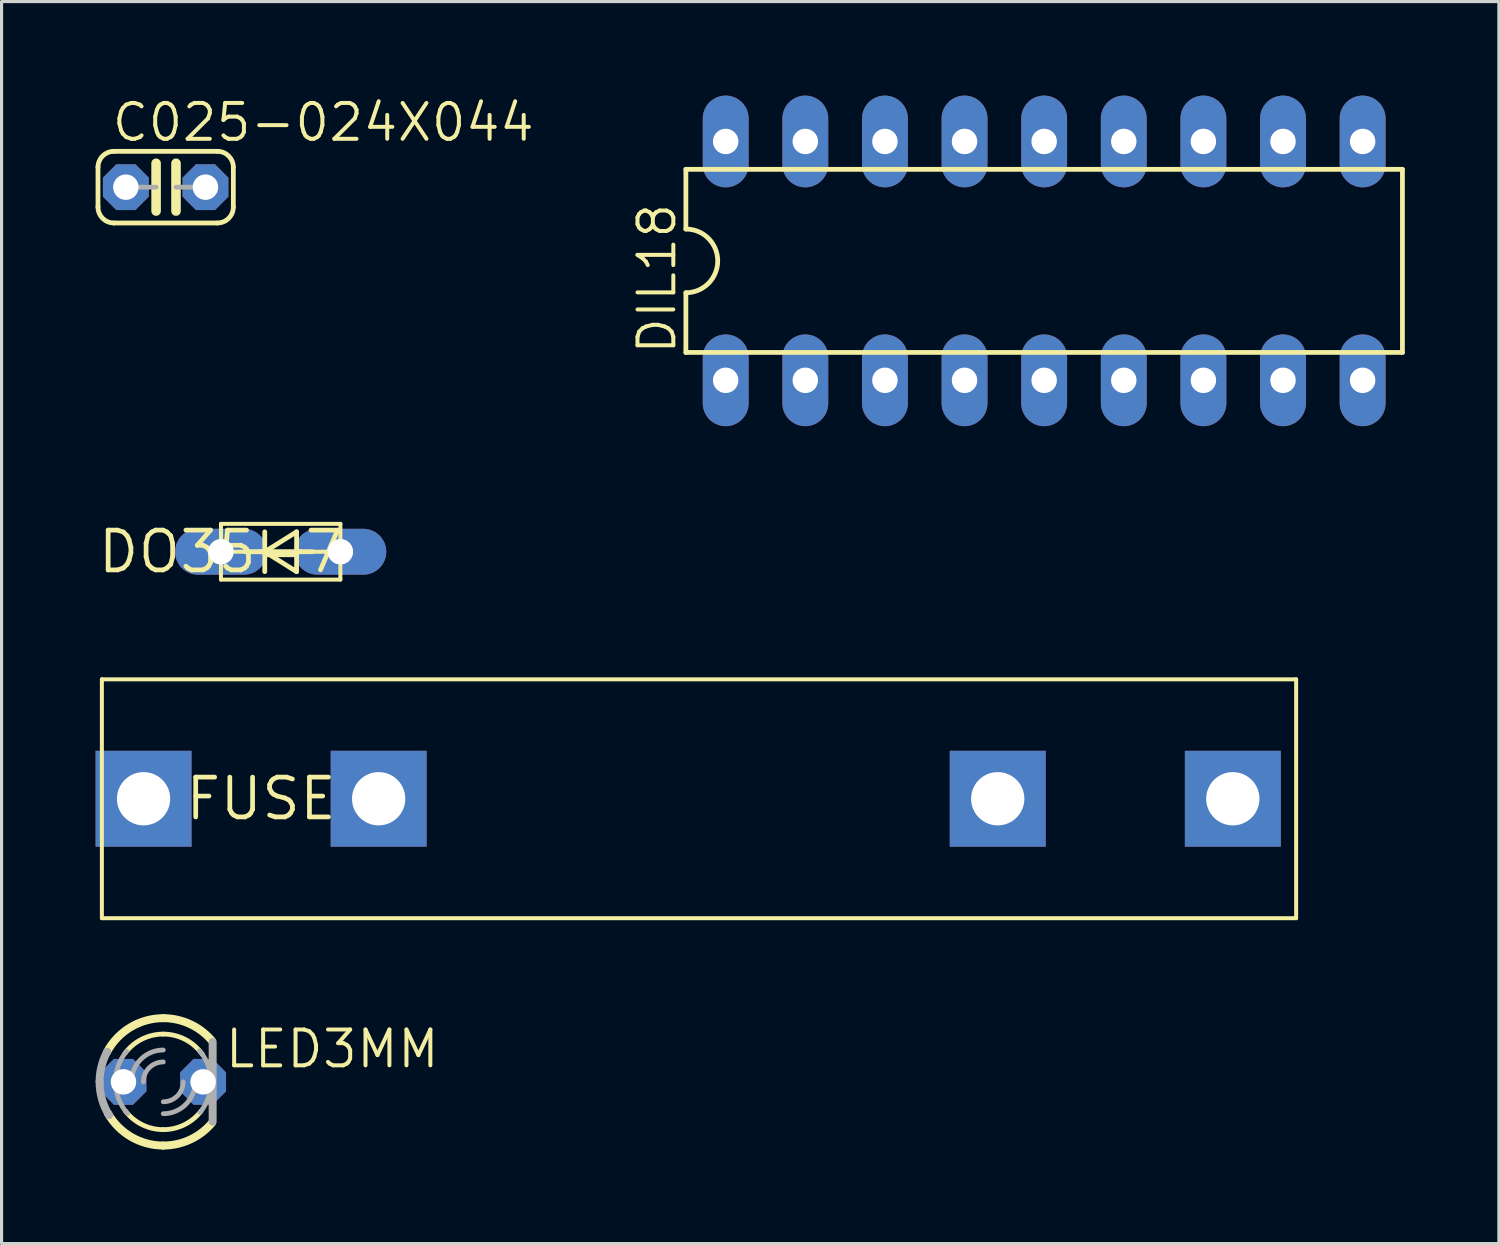
<source format=kicad_pcb>
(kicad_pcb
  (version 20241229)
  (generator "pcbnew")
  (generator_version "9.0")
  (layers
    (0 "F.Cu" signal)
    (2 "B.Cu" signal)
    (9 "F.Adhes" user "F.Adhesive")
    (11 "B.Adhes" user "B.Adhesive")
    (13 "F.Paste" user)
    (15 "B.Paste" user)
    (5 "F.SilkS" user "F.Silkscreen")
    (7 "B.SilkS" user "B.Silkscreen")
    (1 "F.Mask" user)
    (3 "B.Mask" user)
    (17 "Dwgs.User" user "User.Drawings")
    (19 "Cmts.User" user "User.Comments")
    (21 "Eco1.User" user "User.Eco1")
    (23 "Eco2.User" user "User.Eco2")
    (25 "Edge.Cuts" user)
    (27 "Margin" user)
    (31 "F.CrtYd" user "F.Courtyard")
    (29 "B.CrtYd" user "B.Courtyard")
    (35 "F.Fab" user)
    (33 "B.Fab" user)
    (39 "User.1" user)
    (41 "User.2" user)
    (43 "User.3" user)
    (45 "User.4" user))
  (footprint "FUSE"
    (layer "F.Cu")
    (at 5.28 22.432)
    (property "Reference" "FUSE" (at 0 0 0) (layer "F.SilkS") (effects (font (size 1.27 1.27) (thickness 0.15))))
    (fp_line (start -5.08 -3.81) (end -5.08 3.81) (stroke (width 0.127) (type solid)) (layer "F.SilkS"))
    (fp_line (start -5.08 3.81) (end 33.02 3.81) (stroke (width 0.127) (type solid)) (layer "F.SilkS"))
    (fp_line (start 33.02 -3.81) (end -5.08 -3.81) (stroke (width 0.127) (type solid)) (layer "F.SilkS"))
    (fp_line (start 33.02 3.81) (end 33.02 -3.81) (stroke (width 0.127) (type solid)) (layer "F.SilkS"))
    (pad "P$1" thru_hole rect (at -3.75 0) (size 3.06 3.06) (drill 1.7) (layers "*.Cu" "*.Mask"))
    (pad "P$2" thru_hole rect (at 3.75 0) (size 3.06 3.06) (drill 1.7) (layers "*.Cu" "*.Mask"))
    (pad "P$3" thru_hole rect (at 23.5 0) (size 3.06 3.06) (drill 1.7) (layers "*.Cu" "*.Mask"))
    (pad "P$4" thru_hole rect (at 31 0) (size 3.06 3.06) (drill 1.7) (layers "*.Cu" "*.Mask")))
  (footprint "DO35-7"
    (layer "F.Cu")
    (at 3.999 14.552)
    (property "Reference" "DO35-7" (at 0 0 0) (layer "F.SilkS") (effects (font (size 1.27 1.27) (thickness 0.15))))
    (fp_line (start 0 -0.889) (end 0 0) (stroke (width 0.127) (type solid)) (layer "F.SilkS"))
    (fp_line (start 0 0) (end 0 0.889) (stroke (width 0.127) (type solid)) (layer "F.SilkS"))
    (fp_line (start 0 0) (end 1.27 0) (stroke (width 0.127) (type solid)) (layer "F.SilkS"))
    (fp_line (start 0 0.889) (end 3.81 0.889) (stroke (width 0.127) (type solid)) (layer "F.SilkS"))
    (fp_line (start 0.762 0) (end 1.27 0) (stroke (width 0.152) (type solid)) (layer "F.SilkS"))
    (fp_line (start 1.27 0) (end 1.397 0) (stroke (width 0.152) (type solid)) (layer "F.SilkS"))
    (fp_line (start 1.27 0) (end 2.54 0) (stroke (width 0.127) (type solid)) (layer "F.SilkS"))
    (fp_line (start 1.397 -0.635) (end 1.397 0) (stroke (width 0.152) (type solid)) (layer "F.SilkS"))
    (fp_line (start 1.397 0) (end 1.397 0.635) (stroke (width 0.152) (type solid)) (layer "F.SilkS"))
    (fp_line (start 1.397 0) (end 2.413 -0.635) (stroke (width 0.152) (type solid)) (layer "F.SilkS"))
    (fp_line (start 1.397 0) (end 2.54 0) (stroke (width 0.152) (type solid)) (layer "F.SilkS"))
    (fp_line (start 2.413 -0.635) (end 2.413 0.635) (stroke (width 0.152) (type solid)) (layer "F.SilkS"))
    (fp_line (start 2.413 0.635) (end 1.397 0) (stroke (width 0.152) (type solid)) (layer "F.SilkS"))
    (fp_line (start 2.54 0) (end 2.921 0) (stroke (width 0.152) (type solid)) (layer "F.SilkS"))
    (fp_line (start 2.54 0) (end 3.81 0) (stroke (width 0.127) (type solid)) (layer "F.SilkS"))
    (fp_line (start 3.81 -0.889) (end 0 -0.889) (stroke (width 0.127) (type solid)) (layer "F.SilkS"))
    (fp_line (start 3.81 0) (end 3.81 -0.889) (stroke (width 0.127) (type solid)) (layer "F.SilkS"))
    (fp_line (start 3.81 0.889) (end 3.81 0) (stroke (width 0.127) (type solid)) (layer "F.SilkS"))
    (pad "A" thru_hole oval (at 3.81 0) (size 2.926 1.463) (drill 0.813) (layers "*.Cu" "*.Mask"))
    (pad "C" thru_hole oval (at 0 0) (size 2.926 1.463) (drill 0.813) (layers "*.Cu" "*.Mask")))
  (footprint "DIL18"
    (layer "F.Cu")
    (at 30.261 5.273)
    (property "Reference" "DIL18" (at -11.684 3.048 90) (layer "F.SilkS") (effects (font (size 1.143 1.143) (thickness 0.127)) (justify left bottom)))
    (fp_line (start -11.43 -2.921) (end -11.43 -1.016) (stroke (width 0.152) (type solid)) (layer "F.SilkS"))
    (fp_line (start -11.43 2.921) (end -11.43 1.016) (stroke (width 0.152) (type solid)) (layer "F.SilkS"))
    (fp_line (start -11.43 2.921) (end 11.43 2.921) (stroke (width 0.152) (type solid)) (layer "F.SilkS"))
    (fp_line (start 11.43 -2.921) (end -11.43 -2.921) (stroke (width 0.152) (type solid)) (layer "F.SilkS"))
    (fp_line (start 11.43 -2.921) (end 11.43 2.921) (stroke (width 0.152) (type solid)) (layer "F.SilkS"))
    (fp_arc (start -11.43 -1.016) (mid -10.414 0) (end -11.43 1.016) (stroke (width 0.1524) (type solid)) (layer "F.SilkS"))
    (pad "1" thru_hole oval (at -10.16 3.81 90) (size 2.926 1.463) (drill 0.813) (layers "*.Cu" "*.Mask"))
    (pad "2" thru_hole oval (at -7.62 3.81 90) (size 2.926 1.463) (drill 0.813) (layers "*.Cu" "*.Mask"))
    (pad "3" thru_hole oval (at -5.08 3.81 90) (size 2.926 1.463) (drill 0.813) (layers "*.Cu" "*.Mask"))
    (pad "4" thru_hole oval (at -2.54 3.81 90) (size 2.926 1.463) (drill 0.813) (layers "*.Cu" "*.Mask"))
    (pad "5" thru_hole oval (at 0 3.81 90) (size 2.926 1.463) (drill 0.813) (layers "*.Cu" "*.Mask"))
    (pad "6" thru_hole oval (at 2.54 3.81 90) (size 2.926 1.463) (drill 0.813) (layers "*.Cu" "*.Mask"))
    (pad "7" thru_hole oval (at 5.08 3.81 90) (size 2.926 1.463) (drill 0.813) (layers "*.Cu" "*.Mask"))
    (pad "8" thru_hole oval (at 7.62 3.81 90) (size 2.926 1.463) (drill 0.813) (layers "*.Cu" "*.Mask"))
    (pad "9" thru_hole oval (at 10.16 3.81 90) (size 2.926 1.463) (drill 0.813) (layers "*.Cu" "*.Mask"))
    (pad "10" thru_hole oval (at 10.16 -3.81 90) (size 2.926 1.463) (drill 0.813) (layers "*.Cu" "*.Mask"))
    (pad "11" thru_hole oval (at 7.62 -3.81 90) (size 2.926 1.463) (drill 0.813) (layers "*.Cu" "*.Mask"))
    (pad "12" thru_hole oval (at 5.08 -3.81 90) (size 2.926 1.463) (drill 0.813) (layers "*.Cu" "*.Mask"))
    (pad "13" thru_hole oval (at 2.54 -3.81 90) (size 2.926 1.463) (drill 0.813) (layers "*.Cu" "*.Mask"))
    (pad "14" thru_hole oval (at 0 -3.81 90) (size 2.926 1.463) (drill 0.813) (layers "*.Cu" "*.Mask"))
    (pad "15" thru_hole oval (at -2.54 -3.81 90) (size 2.926 1.463) (drill 0.813) (layers "*.Cu" "*.Mask"))
    (pad "16" thru_hole oval (at -5.08 -3.81 90) (size 2.926 1.463) (drill 0.813) (layers "*.Cu" "*.Mask"))
    (pad "17" thru_hole oval (at -7.62 -3.81 90) (size 2.926 1.463) (drill 0.813) (layers "*.Cu" "*.Mask"))
    (pad "18" thru_hole oval (at -10.16 -3.81 90) (size 2.926 1.463) (drill 0.813) (layers "*.Cu" "*.Mask")))
  (footprint "C025-024X044"
    (layer "F.Cu")
    (at 2.235 2.921)
    (property "Reference" "C025-024X044" (at -1.778 -1.397 0) (layer "F.SilkS") (effects (font (size 1.143 1.143) (thickness 0.127)) (justify left bottom)))
    (fp_line (start -2.159 0.635) (end -2.159 -0.635) (stroke (width 0.152) (type solid)) (layer "F.SilkS"))
    (fp_line (start -0.305 -0.762) (end -0.305 0.762) (stroke (width 0.305) (type solid)) (layer "F.SilkS"))
    (fp_line (start 0.33 -0.762) (end 0.33 0.762) (stroke (width 0.305) (type solid)) (layer "F.SilkS"))
    (fp_line (start 1.651 -1.143) (end -1.651 -1.143) (stroke (width 0.152) (type solid)) (layer "F.SilkS"))
    (fp_line (start 1.651 1.143) (end -1.651 1.143) (stroke (width 0.152) (type solid)) (layer "F.SilkS"))
    (fp_line (start 2.159 0.635) (end 2.159 -0.635) (stroke (width 0.152) (type solid)) (layer "F.SilkS"))
    (fp_arc (start -2.159 -0.635) (mid -2.01021 -0.99421) (end -1.651 -1.143) (stroke (width 0.1524) (type solid)) (layer "F.SilkS"))
    (fp_arc (start -1.651 1.143) (mid -2.01021 0.99421) (end -2.159 0.635) (stroke (width 0.1524) (type solid)) (layer "F.SilkS"))
    (fp_arc (start 1.651 -1.143) (mid 2.01021 -0.99421) (end 2.159 -0.635) (stroke (width 0.1524) (type solid)) (layer "F.SilkS"))
    (fp_arc (start 2.159 0.635) (mid 2.01021 0.99421) (end 1.651 1.143) (stroke (width 0.1524) (type solid)) (layer "F.SilkS"))
    (fp_line (start -1.27 0) (end -0.305 0) (stroke (width 0.152) (type solid)) (layer "F.Fab"))
    (fp_line (start 1.27 0) (end 0.33 0) (stroke (width 0.152) (type solid)) (layer "F.Fab"))
    (pad "1" thru_hole roundrect (at -1.27 0) (size 1.463 1.463) (drill 0.813) (layers "*.Cu" "*.Mask") (roundrect_rratio 0.25) (chamfer_ratio 0.293) (chamfer top_left top_right bottom_left bottom_right))
    (pad "2" thru_hole roundrect (at 1.27 0) (size 1.463 1.463) (drill 0.813) (layers "*.Cu" "*.Mask") (roundrect_rratio 0.25) (chamfer_ratio 0.293) (chamfer top_left top_right bottom_left bottom_right)))
  (footprint "LED3MM"
    (layer "F.Cu")
    (at 2.159 31.464)
    (property "Reference" "LED3MM" (at 1.905 -0.381 0) (layer "F.SilkS") (effects (font (size 1.143 1.143) (thickness 0.127)) (justify left bottom)))
    (fp_arc (start -1.7929 -0.9562) (mid -1.045438 -1.7424) (end 0 -2.032) (stroke (width 0.254) (type solid)) (layer "F.SilkS"))
    (fp_arc (start -1.2192 -0.9144) (mid -0.681554 -1.363107) (end 0 -1.524) (stroke (width 0.1524) (type solid)) (layer "F.SilkS"))
    (fp_arc (start 0 -2.032) (mid 0.861864 -1.840173) (end 1.561 -1.3009) (stroke (width 0.254) (type solid)) (layer "F.SilkS"))
    (fp_arc (start 0 -1.524) (mid 0.697339 -1.355082) (end 1.2401 -0.885801) (stroke (width 0.1524) (type solid)) (layer "F.SilkS"))
    (fp_arc (start 0 1.524) (mid -0.669593 1.369018) (end -1.203 0.9356) (stroke (width 0.1524) (type solid)) (layer "F.SilkS"))
    (fp_arc (start 0 2.032) (mid -1.019924 1.757525) (end -1.7643 1.0082) (stroke (width 0.254) (type solid)) (layer "F.SilkS"))
    (fp_arc (start 1.203 0.9356) (mid 0.669593 1.369018) (end 0 1.524) (stroke (width 0.1524) (type solid)) (layer "F.SilkS"))
    (fp_arc (start 1.5512 1.3126) (mid 0.854953 1.843405) (end 0 2.032) (stroke (width 0.254) (type solid)) (layer "F.SilkS"))
    (fp_line (start 1.575 1.27) (end 1.575 -1.27) (stroke (width 0.254) (type solid)) (layer "F.Fab"))
    (fp_arc (start -2.032 0) (mid -1.970339 -0.496775) (end -1.7891 -0.9634) (stroke (width 0.254) (type solid)) (layer "F.Fab"))
    (fp_arc (start -1.7306 1.065) (mid -1.95521 0.553417) (end -2.032 0) (stroke (width 0.254) (type solid)) (layer "F.Fab"))
    (fp_arc (start -1.524 0) (mid -1.432981 -0.518783) (end -1.1708 -0.9756) (stroke (width 0.1524) (type solid)) (layer "F.Fab"))
    (fp_arc (start -1.1391 1.0125) (mid -1.42454 0.5416) (end -1.524 0) (stroke (width 0.1524) (type solid)) (layer "F.Fab"))
    (fp_arc (start -1.016 0) (mid -0.71842 -0.71842) (end 0 -1.016) (stroke (width 0.1524) (type solid)) (layer "F.Fab"))
    (fp_arc (start -0.635 0) (mid -0.449013 -0.449013) (end 0 -0.635) (stroke (width 0.1524) (type solid)) (layer "F.Fab"))
    (fp_arc (start 0.635 0) (mid 0.449013 0.449013) (end 0 0.635) (stroke (width 0.1524) (type solid)) (layer "F.Fab"))
    (fp_arc (start 1.016 0) (mid 0.71842 0.71842) (end 0 1.016) (stroke (width 0.1524) (type solid)) (layer "F.Fab"))
    (fp_arc (start 1.1571 -0.9918) (mid 1.429332 -0.528744) (end 1.524 0) (stroke (width 0.1524) (type solid)) (layer "F.Fab"))
    (fp_arc (start 1.524 0) (mid 1.432981 0.518783) (end 1.1708 0.9756) (stroke (width 0.1524) (type solid)) (layer "F.Fab"))
    (pad "A" thru_hole roundrect (at -1.27 0) (size 1.463 1.463) (drill 0.813) (layers "*.Cu" "*.Mask") (roundrect_rratio 0.25) (chamfer_ratio 0.293) (chamfer top_left top_right bottom_left bottom_right))
    (pad "K" thru_hole roundrect (at 1.27 0) (size 1.463 1.463) (drill 0.813) (layers "*.Cu" "*.Mask") (roundrect_rratio 0.25) (chamfer_ratio 0.293) (chamfer top_left top_right bottom_left bottom_right)))
  (gr_rect
    (start -3 -3)
    (end 44.768 36.623)
    (stroke (width 0.1) (type default))
    (fill no)
    (layer "Edge.Cuts")))
</source>
